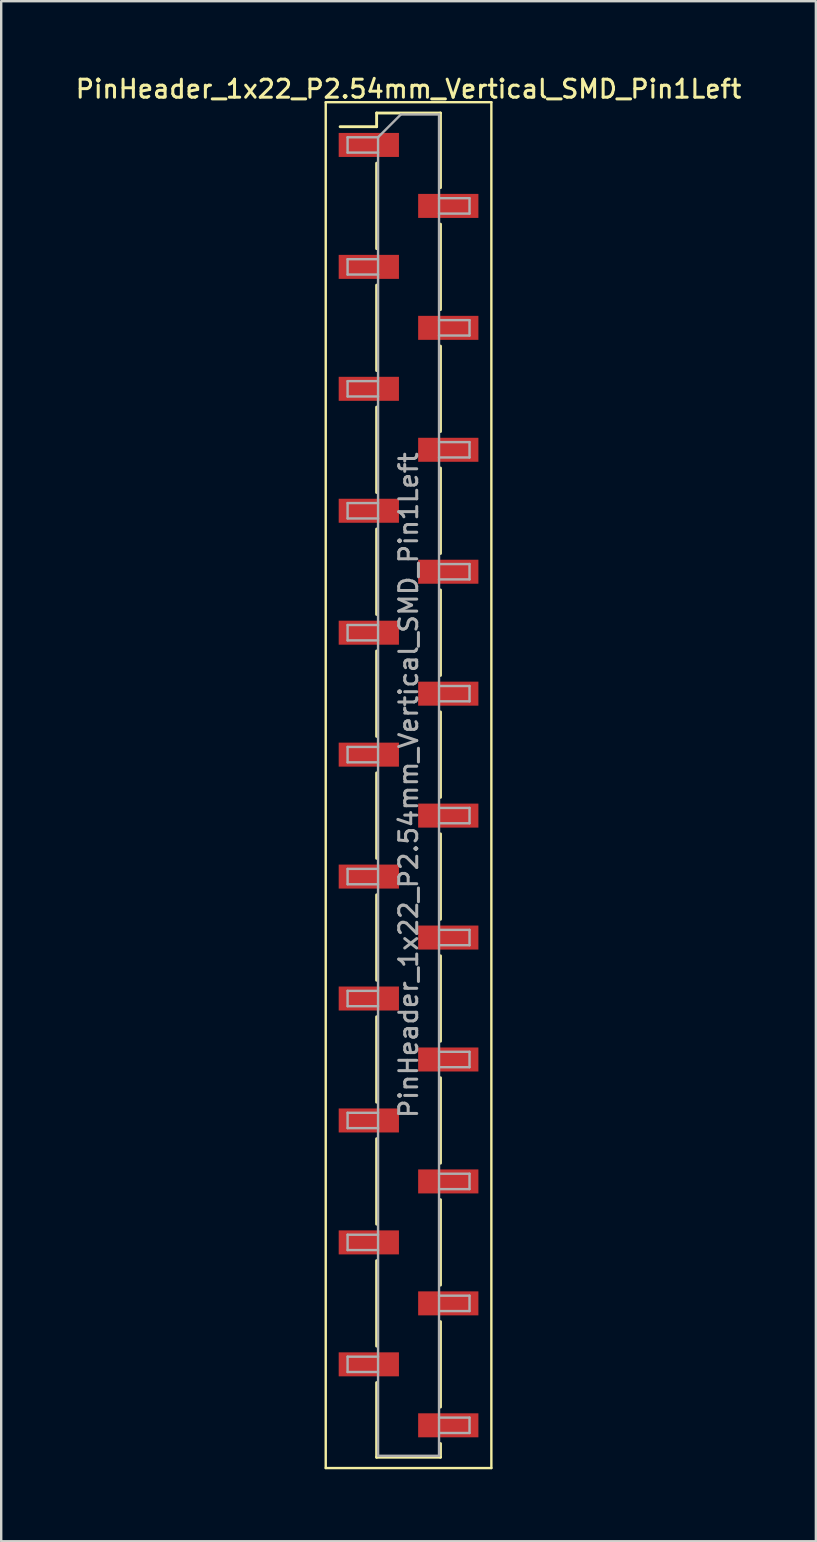
<source format=kicad_pcb>
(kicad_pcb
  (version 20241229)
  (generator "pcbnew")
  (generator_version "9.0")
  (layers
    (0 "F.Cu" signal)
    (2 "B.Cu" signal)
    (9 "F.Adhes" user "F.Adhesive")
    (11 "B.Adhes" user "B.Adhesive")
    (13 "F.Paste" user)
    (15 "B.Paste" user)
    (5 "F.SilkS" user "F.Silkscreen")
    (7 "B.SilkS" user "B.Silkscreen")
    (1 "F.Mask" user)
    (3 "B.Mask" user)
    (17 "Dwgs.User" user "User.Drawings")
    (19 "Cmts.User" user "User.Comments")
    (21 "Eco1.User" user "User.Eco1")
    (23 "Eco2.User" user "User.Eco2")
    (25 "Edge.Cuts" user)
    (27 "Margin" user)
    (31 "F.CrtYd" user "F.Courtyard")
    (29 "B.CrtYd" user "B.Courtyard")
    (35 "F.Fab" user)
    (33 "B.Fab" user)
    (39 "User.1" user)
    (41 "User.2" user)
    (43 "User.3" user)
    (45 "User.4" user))
  (footprint "PinHeader_1x22_P2.54mm_Vertical_SMD_Pin1Left"
    (layer "F.Cu")
    (at 13.97 29.658)
    (property "Reference" "PinHeader_1x22_P2.54mm_Vertical_SMD_Pin1Left" (at 0 -29 0) (layer "F.SilkS") (effects (font (size 0.75 0.75) (thickness 0.125))))
    (attr smd)
    (fp_line (start -3.45 -28.45) (end -3.45 28.45) (stroke (width 0.1) (type solid)) (layer "F.SilkS"))
    (fp_line (start -3.45 28.45) (end 3.45 28.45) (stroke (width 0.1) (type solid)) (layer "F.SilkS"))
    (fp_line (start -1.33 -28) (end -1.33 -27.43) (stroke (width 0.12) (type solid)) (layer "F.SilkS"))
    (fp_line (start -1.33 -28) (end 1.33 -28) (stroke (width 0.12) (type solid)) (layer "F.SilkS"))
    (fp_line (start -1.33 -27.43) (end -2.85 -27.43) (stroke (width 0.12) (type solid)) (layer "F.SilkS"))
    (fp_line (start -1.33 -25.91) (end -1.33 -22.35) (stroke (width 0.12) (type solid)) (layer "F.SilkS"))
    (fp_line (start -1.33 -20.83) (end -1.33 -17.27) (stroke (width 0.12) (type solid)) (layer "F.SilkS"))
    (fp_line (start -1.33 -15.75) (end -1.33 -12.19) (stroke (width 0.12) (type solid)) (layer "F.SilkS"))
    (fp_line (start -1.33 -10.67) (end -1.33 -7.11) (stroke (width 0.12) (type solid)) (layer "F.SilkS"))
    (fp_line (start -1.33 -5.59) (end -1.33 -2.03) (stroke (width 0.12) (type solid)) (layer "F.SilkS"))
    (fp_line (start -1.33 -0.51) (end -1.33 3.05) (stroke (width 0.12) (type solid)) (layer "F.SilkS"))
    (fp_line (start -1.33 4.57) (end -1.33 8.13) (stroke (width 0.12) (type solid)) (layer "F.SilkS"))
    (fp_line (start -1.33 9.65) (end -1.33 13.21) (stroke (width 0.12) (type solid)) (layer "F.SilkS"))
    (fp_line (start -1.33 14.73) (end -1.33 18.29) (stroke (width 0.12) (type solid)) (layer "F.SilkS"))
    (fp_line (start -1.33 19.81) (end -1.33 23.37) (stroke (width 0.12) (type solid)) (layer "F.SilkS"))
    (fp_line (start -1.33 24.89) (end -1.33 28) (stroke (width 0.12) (type solid)) (layer "F.SilkS"))
    (fp_line (start -1.33 28) (end 1.33 28) (stroke (width 0.12) (type solid)) (layer "F.SilkS"))
    (fp_line (start 1.33 -28) (end 1.33 -24.89) (stroke (width 0.12) (type solid)) (layer "F.SilkS"))
    (fp_line (start 1.33 -23.37) (end 1.33 -19.81) (stroke (width 0.12) (type solid)) (layer "F.SilkS"))
    (fp_line (start 1.33 -18.29) (end 1.33 -14.73) (stroke (width 0.12) (type solid)) (layer "F.SilkS"))
    (fp_line (start 1.33 -13.21) (end 1.33 -9.65) (stroke (width 0.12) (type solid)) (layer "F.SilkS"))
    (fp_line (start 1.33 -8.13) (end 1.33 -4.57) (stroke (width 0.12) (type solid)) (layer "F.SilkS"))
    (fp_line (start 1.33 -3.05) (end 1.33 0.51) (stroke (width 0.12) (type solid)) (layer "F.SilkS"))
    (fp_line (start 1.33 2.03) (end 1.33 5.59) (stroke (width 0.12) (type solid)) (layer "F.SilkS"))
    (fp_line (start 1.33 7.11) (end 1.33 10.67) (stroke (width 0.12) (type solid)) (layer "F.SilkS"))
    (fp_line (start 1.33 12.19) (end 1.33 15.75) (stroke (width 0.12) (type solid)) (layer "F.SilkS"))
    (fp_line (start 1.33 17.27) (end 1.33 20.83) (stroke (width 0.12) (type solid)) (layer "F.SilkS"))
    (fp_line (start 1.33 22.35) (end 1.33 25.91) (stroke (width 0.12) (type solid)) (layer "F.SilkS"))
    (fp_line (start 1.33 27.43) (end 1.33 28) (stroke (width 0.12) (type solid)) (layer "F.SilkS"))
    (fp_line (start 3.45 -28.45) (end -3.45 -28.45) (stroke (width 0.1) (type solid)) (layer "F.SilkS"))
    (fp_line (start 3.45 28.45) (end 3.45 -28.45) (stroke (width 0.1) (type solid)) (layer "F.SilkS"))
    (fp_line (start -2.54 -26.99) (end -2.54 -26.35) (stroke (width 0.1) (type solid)) (layer "F.Fab"))
    (fp_line (start -2.54 -26.35) (end -1.27 -26.35) (stroke (width 0.1) (type solid)) (layer "F.Fab"))
    (fp_line (start -2.54 -21.91) (end -2.54 -21.27) (stroke (width 0.1) (type solid)) (layer "F.Fab"))
    (fp_line (start -2.54 -21.27) (end -1.27 -21.27) (stroke (width 0.1) (type solid)) (layer "F.Fab"))
    (fp_line (start -2.54 -16.83) (end -2.54 -16.19) (stroke (width 0.1) (type solid)) (layer "F.Fab"))
    (fp_line (start -2.54 -16.19) (end -1.27 -16.19) (stroke (width 0.1) (type solid)) (layer "F.Fab"))
    (fp_line (start -2.54 -11.75) (end -2.54 -11.11) (stroke (width 0.1) (type solid)) (layer "F.Fab"))
    (fp_line (start -2.54 -11.11) (end -1.27 -11.11) (stroke (width 0.1) (type solid)) (layer "F.Fab"))
    (fp_line (start -2.54 -6.67) (end -2.54 -6.03) (stroke (width 0.1) (type solid)) (layer "F.Fab"))
    (fp_line (start -2.54 -6.03) (end -1.27 -6.03) (stroke (width 0.1) (type solid)) (layer "F.Fab"))
    (fp_line (start -2.54 -1.59) (end -2.54 -0.95) (stroke (width 0.1) (type solid)) (layer "F.Fab"))
    (fp_line (start -2.54 -0.95) (end -1.27 -0.95) (stroke (width 0.1) (type solid)) (layer "F.Fab"))
    (fp_line (start -2.54 3.49) (end -2.54 4.13) (stroke (width 0.1) (type solid)) (layer "F.Fab"))
    (fp_line (start -2.54 4.13) (end -1.27 4.13) (stroke (width 0.1) (type solid)) (layer "F.Fab"))
    (fp_line (start -2.54 8.57) (end -2.54 9.21) (stroke (width 0.1) (type solid)) (layer "F.Fab"))
    (fp_line (start -2.54 9.21) (end -1.27 9.21) (stroke (width 0.1) (type solid)) (layer "F.Fab"))
    (fp_line (start -2.54 13.65) (end -2.54 14.29) (stroke (width 0.1) (type solid)) (layer "F.Fab"))
    (fp_line (start -2.54 14.29) (end -1.27 14.29) (stroke (width 0.1) (type solid)) (layer "F.Fab"))
    (fp_line (start -2.54 18.73) (end -2.54 19.37) (stroke (width 0.1) (type solid)) (layer "F.Fab"))
    (fp_line (start -2.54 19.37) (end -1.27 19.37) (stroke (width 0.1) (type solid)) (layer "F.Fab"))
    (fp_line (start -2.54 23.81) (end -2.54 24.45) (stroke (width 0.1) (type solid)) (layer "F.Fab"))
    (fp_line (start -2.54 24.45) (end -1.27 24.45) (stroke (width 0.1) (type solid)) (layer "F.Fab"))
    (fp_line (start -1.27 -26.99) (end -2.54 -26.99) (stroke (width 0.1) (type solid)) (layer "F.Fab"))
    (fp_line (start -1.27 -26.99) (end -0.32 -27.94) (stroke (width 0.1) (type solid)) (layer "F.Fab"))
    (fp_line (start -1.27 -21.91) (end -2.54 -21.91) (stroke (width 0.1) (type solid)) (layer "F.Fab"))
    (fp_line (start -1.27 -16.83) (end -2.54 -16.83) (stroke (width 0.1) (type solid)) (layer "F.Fab"))
    (fp_line (start -1.27 -11.75) (end -2.54 -11.75) (stroke (width 0.1) (type solid)) (layer "F.Fab"))
    (fp_line (start -1.27 -6.67) (end -2.54 -6.67) (stroke (width 0.1) (type solid)) (layer "F.Fab"))
    (fp_line (start -1.27 -1.59) (end -2.54 -1.59) (stroke (width 0.1) (type solid)) (layer "F.Fab"))
    (fp_line (start -1.27 3.49) (end -2.54 3.49) (stroke (width 0.1) (type solid)) (layer "F.Fab"))
    (fp_line (start -1.27 8.57) (end -2.54 8.57) (stroke (width 0.1) (type solid)) (layer "F.Fab"))
    (fp_line (start -1.27 13.65) (end -2.54 13.65) (stroke (width 0.1) (type solid)) (layer "F.Fab"))
    (fp_line (start -1.27 18.73) (end -2.54 18.73) (stroke (width 0.1) (type solid)) (layer "F.Fab"))
    (fp_line (start -1.27 23.81) (end -2.54 23.81) (stroke (width 0.1) (type solid)) (layer "F.Fab"))
    (fp_line (start -1.27 27.94) (end -1.27 -26.99) (stroke (width 0.1) (type solid)) (layer "F.Fab"))
    (fp_line (start -0.32 -27.94) (end 1.27 -27.94) (stroke (width 0.1) (type solid)) (layer "F.Fab"))
    (fp_line (start 1.27 -27.94) (end 1.27 27.94) (stroke (width 0.1) (type solid)) (layer "F.Fab"))
    (fp_line (start 1.27 -24.45) (end 2.54 -24.45) (stroke (width 0.1) (type solid)) (layer "F.Fab"))
    (fp_line (start 1.27 -19.37) (end 2.54 -19.37) (stroke (width 0.1) (type solid)) (layer "F.Fab"))
    (fp_line (start 1.27 -14.29) (end 2.54 -14.29) (stroke (width 0.1) (type solid)) (layer "F.Fab"))
    (fp_line (start 1.27 -9.21) (end 2.54 -9.21) (stroke (width 0.1) (type solid)) (layer "F.Fab"))
    (fp_line (start 1.27 -4.13) (end 2.54 -4.13) (stroke (width 0.1) (type solid)) (layer "F.Fab"))
    (fp_line (start 1.27 0.95) (end 2.54 0.95) (stroke (width 0.1) (type solid)) (layer "F.Fab"))
    (fp_line (start 1.27 6.03) (end 2.54 6.03) (stroke (width 0.1) (type solid)) (layer "F.Fab"))
    (fp_line (start 1.27 11.11) (end 2.54 11.11) (stroke (width 0.1) (type solid)) (layer "F.Fab"))
    (fp_line (start 1.27 16.19) (end 2.54 16.19) (stroke (width 0.1) (type solid)) (layer "F.Fab"))
    (fp_line (start 1.27 21.27) (end 2.54 21.27) (stroke (width 0.1) (type solid)) (layer "F.Fab"))
    (fp_line (start 1.27 26.35) (end 2.54 26.35) (stroke (width 0.1) (type solid)) (layer "F.Fab"))
    (fp_line (start 1.27 27.94) (end -1.27 27.94) (stroke (width 0.1) (type solid)) (layer "F.Fab"))
    (fp_line (start 2.54 -24.45) (end 2.54 -23.81) (stroke (width 0.1) (type solid)) (layer "F.Fab"))
    (fp_line (start 2.54 -23.81) (end 1.27 -23.81) (stroke (width 0.1) (type solid)) (layer "F.Fab"))
    (fp_line (start 2.54 -19.37) (end 2.54 -18.73) (stroke (width 0.1) (type solid)) (layer "F.Fab"))
    (fp_line (start 2.54 -18.73) (end 1.27 -18.73) (stroke (width 0.1) (type solid)) (layer "F.Fab"))
    (fp_line (start 2.54 -14.29) (end 2.54 -13.65) (stroke (width 0.1) (type solid)) (layer "F.Fab"))
    (fp_line (start 2.54 -13.65) (end 1.27 -13.65) (stroke (width 0.1) (type solid)) (layer "F.Fab"))
    (fp_line (start 2.54 -9.21) (end 2.54 -8.57) (stroke (width 0.1) (type solid)) (layer "F.Fab"))
    (fp_line (start 2.54 -8.57) (end 1.27 -8.57) (stroke (width 0.1) (type solid)) (layer "F.Fab"))
    (fp_line (start 2.54 -4.13) (end 2.54 -3.49) (stroke (width 0.1) (type solid)) (layer "F.Fab"))
    (fp_line (start 2.54 -3.49) (end 1.27 -3.49) (stroke (width 0.1) (type solid)) (layer "F.Fab"))
    (fp_line (start 2.54 0.95) (end 2.54 1.59) (stroke (width 0.1) (type solid)) (layer "F.Fab"))
    (fp_line (start 2.54 1.59) (end 1.27 1.59) (stroke (width 0.1) (type solid)) (layer "F.Fab"))
    (fp_line (start 2.54 6.03) (end 2.54 6.67) (stroke (width 0.1) (type solid)) (layer "F.Fab"))
    (fp_line (start 2.54 6.67) (end 1.27 6.67) (stroke (width 0.1) (type solid)) (layer "F.Fab"))
    (fp_line (start 2.54 11.11) (end 2.54 11.75) (stroke (width 0.1) (type solid)) (layer "F.Fab"))
    (fp_line (start 2.54 11.75) (end 1.27 11.75) (stroke (width 0.1) (type solid)) (layer "F.Fab"))
    (fp_line (start 2.54 16.19) (end 2.54 16.83) (stroke (width 0.1) (type solid)) (layer "F.Fab"))
    (fp_line (start 2.54 16.83) (end 1.27 16.83) (stroke (width 0.1) (type solid)) (layer "F.Fab"))
    (fp_line (start 2.54 21.27) (end 2.54 21.91) (stroke (width 0.1) (type solid)) (layer "F.Fab"))
    (fp_line (start 2.54 21.91) (end 1.27 21.91) (stroke (width 0.1) (type solid)) (layer "F.Fab"))
    (fp_line (start 2.54 26.35) (end 2.54 26.99) (stroke (width 0.1) (type solid)) (layer "F.Fab"))
    (fp_line (start 2.54 26.99) (end 1.27 26.99) (stroke (width 0.1) (type solid)) (layer "F.Fab"))
    (fp_text user "${REFERENCE}" (at 0 0 90) (layer "F.Fab") (effects (font (size 0.75 0.75) (thickness 0.125))))
    (pad "1" smd rect (at -1.655 -26.67) (size 2.51 1) (layers "F.Cu" "F.Mask" "F.Paste"))
    (pad "2" smd rect (at 1.655 -24.13) (size 2.51 1) (layers "F.Cu" "F.Mask" "F.Paste"))
    (pad "3" smd rect (at -1.655 -21.59) (size 2.51 1) (layers "F.Cu" "F.Mask" "F.Paste"))
    (pad "4" smd rect (at 1.655 -19.05) (size 2.51 1) (layers "F.Cu" "F.Mask" "F.Paste"))
    (pad "5" smd rect (at -1.655 -16.51) (size 2.51 1) (layers "F.Cu" "F.Mask" "F.Paste"))
    (pad "6" smd rect (at 1.655 -13.97) (size 2.51 1) (layers "F.Cu" "F.Mask" "F.Paste"))
    (pad "7" smd rect (at -1.655 -11.43) (size 2.51 1) (layers "F.Cu" "F.Mask" "F.Paste"))
    (pad "8" smd rect (at 1.655 -8.89) (size 2.51 1) (layers "F.Cu" "F.Mask" "F.Paste"))
    (pad "9" smd rect (at -1.655 -6.35) (size 2.51 1) (layers "F.Cu" "F.Mask" "F.Paste"))
    (pad "10" smd rect (at 1.655 -3.81) (size 2.51 1) (layers "F.Cu" "F.Mask" "F.Paste"))
    (pad "11" smd rect (at -1.655 -1.27) (size 2.51 1) (layers "F.Cu" "F.Mask" "F.Paste"))
    (pad "12" smd rect (at 1.655 1.27) (size 2.51 1) (layers "F.Cu" "F.Mask" "F.Paste"))
    (pad "13" smd rect (at -1.655 3.81) (size 2.51 1) (layers "F.Cu" "F.Mask" "F.Paste"))
    (pad "14" smd rect (at 1.655 6.35) (size 2.51 1) (layers "F.Cu" "F.Mask" "F.Paste"))
    (pad "15" smd rect (at -1.655 8.89) (size 2.51 1) (layers "F.Cu" "F.Mask" "F.Paste"))
    (pad "16" smd rect (at 1.655 11.43) (size 2.51 1) (layers "F.Cu" "F.Mask" "F.Paste"))
    (pad "17" smd rect (at -1.655 13.97) (size 2.51 1) (layers "F.Cu" "F.Mask" "F.Paste"))
    (pad "18" smd rect (at 1.655 16.51) (size 2.51 1) (layers "F.Cu" "F.Mask" "F.Paste"))
    (pad "19" smd rect (at -1.655 19.05) (size 2.51 1) (layers "F.Cu" "F.Mask" "F.Paste"))
    (pad "20" smd rect (at 1.655 21.59) (size 2.51 1) (layers "F.Cu" "F.Mask" "F.Paste"))
    (pad "21" smd rect (at -1.655 24.13) (size 2.51 1) (layers "F.Cu" "F.Mask" "F.Paste"))
    (pad "22" smd rect (at 1.655 26.67) (size 2.51 1) (layers "F.Cu" "F.Mask" "F.Paste")))
  (gr_rect
    (start -3 -3)
    (end 30.939 61.158)
    (stroke (width 0.1) (type default))
    (fill no)
    (layer "Edge.Cuts")))
</source>
